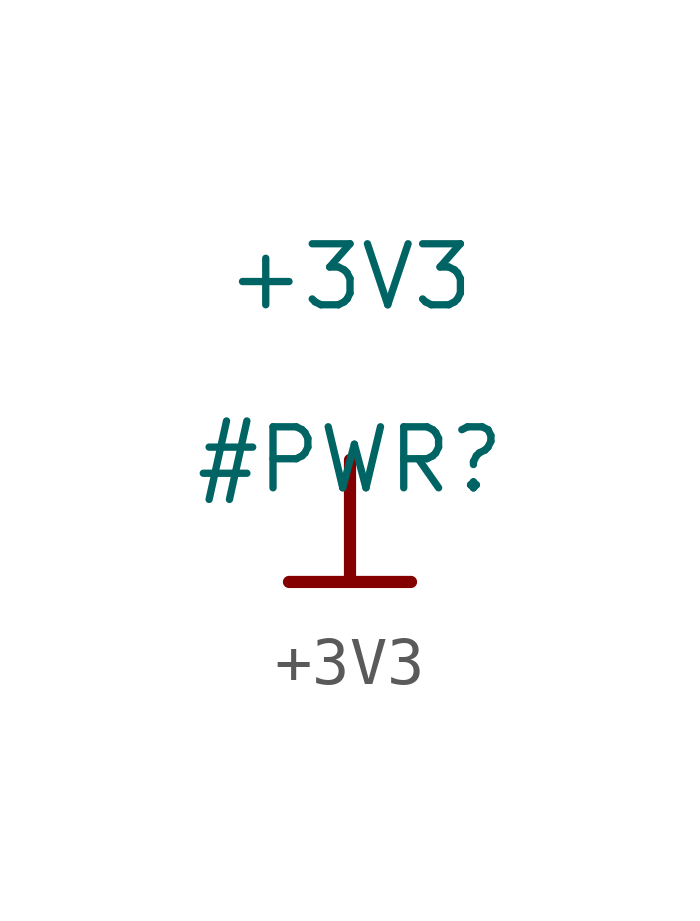
<source format=kicad_sym>
(kicad_symbol_lib
  (version 20211014)
  (generator kicad_symbol_editor)
  (symbol "+3V3"
    (power)
    (property "Reference" "#PWR"
      (at 0 0 0)
      (effects (font (size 1.27 1.27))))
    (property "Value" "+3V3"
      (at 0 3.81 0)
      (effects (font (size 1.27 1.27))))
    (symbol "+3V3_0_0"
      (polyline (pts (xy -1.27 -2.54) (xy 1.27 -2.54)) (stroke (width 0.254) (type default) (color 0 0 0 0)) (fill (type none)))
      (polyline (pts (xy 0 0) (xy 0 -2.54)) (stroke (width 0.254) (type default) (color 0 0 0 0)) (fill (type none)))
      (pin power_in line (at 0 0 0) (length 0) hide (name "+3V3" (effects (font (size 1.27 1.27)))) (number "" (effects (font (size 1.27 1.27))))))))
</source>
